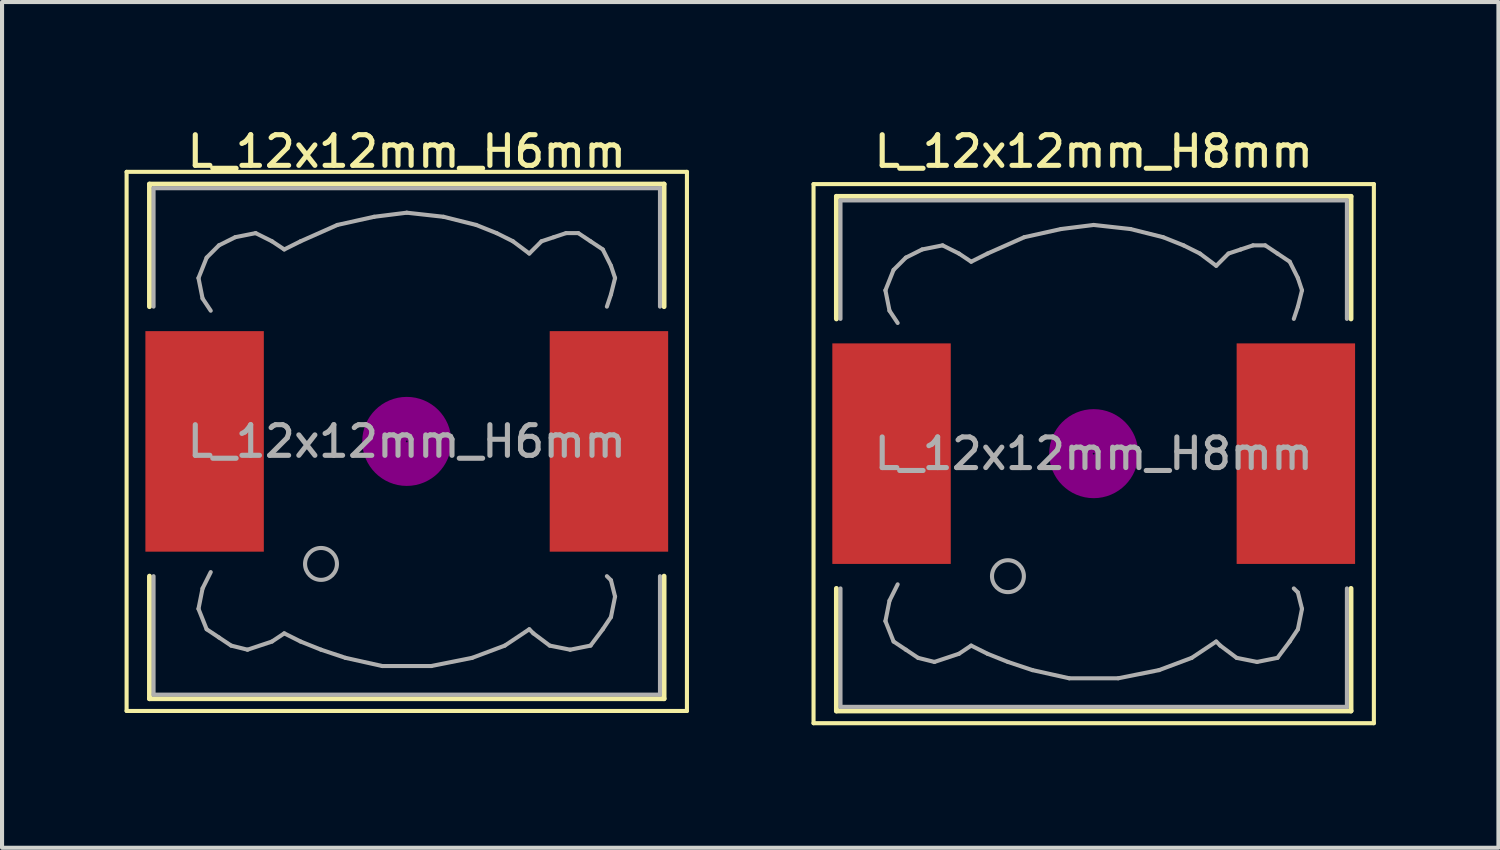
<source format=kicad_pcb>
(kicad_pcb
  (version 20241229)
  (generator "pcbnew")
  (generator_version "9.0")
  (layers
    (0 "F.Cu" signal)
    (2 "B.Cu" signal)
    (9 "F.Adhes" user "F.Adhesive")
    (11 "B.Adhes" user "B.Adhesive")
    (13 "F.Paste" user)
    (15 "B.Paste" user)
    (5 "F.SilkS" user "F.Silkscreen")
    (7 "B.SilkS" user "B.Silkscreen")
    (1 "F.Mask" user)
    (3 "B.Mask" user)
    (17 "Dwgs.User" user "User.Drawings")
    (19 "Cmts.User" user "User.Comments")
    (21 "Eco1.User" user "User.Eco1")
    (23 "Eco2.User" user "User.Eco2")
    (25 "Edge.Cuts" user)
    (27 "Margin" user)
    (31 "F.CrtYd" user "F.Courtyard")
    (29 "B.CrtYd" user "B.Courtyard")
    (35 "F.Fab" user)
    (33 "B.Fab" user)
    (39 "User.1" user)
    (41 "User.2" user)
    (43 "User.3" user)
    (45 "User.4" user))
  (footprint "L_12x12mm_H6mm"
    (layer "F.Cu")
    (at 6.91 7.758)
    (property "Reference" "L_12x12mm_H6mm" (at 0 -7.1 0) (layer "F.SilkS") (effects (font (size 0.75 0.75) (thickness 0.125))))
    (attr smd)
    (fp_line (start -6.86 -6.6) (end 6.86 -6.6) (stroke (width 0.1) (type solid)) (layer "F.SilkS"))
    (fp_line (start -6.86 6.6) (end -6.86 -6.6) (stroke (width 0.1) (type solid)) (layer "F.SilkS"))
    (fp_line (start -6.3 -6.3) (end 6.3 -6.3) (stroke (width 0.12) (type solid)) (layer "F.SilkS"))
    (fp_line (start -6.3 -3.3) (end -6.3 -6.3) (stroke (width 0.12) (type solid)) (layer "F.SilkS"))
    (fp_line (start -6.3 6.3) (end -6.3 3.3) (stroke (width 0.12) (type solid)) (layer "F.SilkS"))
    (fp_line (start 6.3 -6.3) (end 6.3 -3.3) (stroke (width 0.12) (type solid)) (layer "F.SilkS"))
    (fp_line (start 6.3 3.3) (end 6.3 6.3) (stroke (width 0.12) (type solid)) (layer "F.SilkS"))
    (fp_line (start 6.3 6.3) (end -6.3 6.3) (stroke (width 0.12) (type solid)) (layer "F.SilkS"))
    (fp_line (start 6.86 -6.6) (end 6.86 6.6) (stroke (width 0.1) (type solid)) (layer "F.SilkS"))
    (fp_line (start 6.86 6.6) (end -6.86 6.6) (stroke (width 0.1) (type solid)) (layer "F.SilkS"))
    (fp_circle (center 0 0) (end 0.15 0.15) (stroke (width 0.38) (type solid)) (fill no) (layer "F.Adhes"))
    (fp_circle (center 0 0) (end 0.55 0) (stroke (width 0.38) (type solid)) (fill no) (layer "F.Adhes"))
    (fp_circle (center 0 0) (end 0.9 0) (stroke (width 0.38) (type solid)) (fill no) (layer "F.Adhes"))
    (fp_line (start -6.2 -6.2) (end -6.2 -3.3) (stroke (width 0.1) (type solid)) (layer "F.Fab"))
    (fp_line (start -6.2 3.3) (end -6.2 6.2) (stroke (width 0.1) (type solid)) (layer "F.Fab"))
    (fp_line (start -6.2 6.2) (end 6.2 6.2) (stroke (width 0.1) (type solid)) (layer "F.Fab"))
    (fp_line (start -5.1 -4) (end -5 -3.5) (stroke (width 0.1) (type solid)) (layer "F.Fab"))
    (fp_line (start -5.1 4.1) (end -5 3.6) (stroke (width 0.1) (type solid)) (layer "F.Fab"))
    (fp_line (start -5 -3.5) (end -4.8 -3.2) (stroke (width 0.1) (type solid)) (layer "F.Fab"))
    (fp_line (start -5 3.6) (end -4.8 3.2) (stroke (width 0.1) (type solid)) (layer "F.Fab"))
    (fp_line (start -4.9 -4.5) (end -5.1 -4) (stroke (width 0.1) (type solid)) (layer "F.Fab"))
    (fp_line (start -4.9 4.6) (end -5.1 4.1) (stroke (width 0.1) (type solid)) (layer "F.Fab"))
    (fp_line (start -4.6 -4.8) (end -4.9 -4.5) (stroke (width 0.1) (type solid)) (layer "F.Fab"))
    (fp_line (start -4.6 4.8) (end -4.9 4.6) (stroke (width 0.1) (type solid)) (layer "F.Fab"))
    (fp_line (start -4.3 5) (end -4.6 4.8) (stroke (width 0.1) (type solid)) (layer "F.Fab"))
    (fp_line (start -4.2 -5) (end -4.6 -4.8) (stroke (width 0.1) (type solid)) (layer "F.Fab"))
    (fp_line (start -3.9 5.1) (end -4.3 5) (stroke (width 0.1) (type solid)) (layer "F.Fab"))
    (fp_line (start -3.7 -5.1) (end -4.2 -5) (stroke (width 0.1) (type solid)) (layer "F.Fab"))
    (fp_line (start -3.3 -4.9) (end -3.7 -5.1) (stroke (width 0.1) (type solid)) (layer "F.Fab"))
    (fp_line (start -3.3 4.9) (end -3.9 5.1) (stroke (width 0.1) (type solid)) (layer "F.Fab"))
    (fp_line (start -3 -4.7) (end -3.3 -4.9) (stroke (width 0.1) (type solid)) (layer "F.Fab"))
    (fp_line (start -3 4.7) (end -3.3 4.9) (stroke (width 0.1) (type solid)) (layer "F.Fab"))
    (fp_line (start -2.6 -4.9) (end -3 -4.7) (stroke (width 0.1) (type solid)) (layer "F.Fab"))
    (fp_line (start -2.6 4.9) (end -3 4.7) (stroke (width 0.1) (type solid)) (layer "F.Fab"))
    (fp_line (start -2.1 5.1) (end -2.6 4.9) (stroke (width 0.1) (type solid)) (layer "F.Fab"))
    (fp_line (start -1.7 -5.3) (end -2.6 -4.9) (stroke (width 0.1) (type solid)) (layer "F.Fab"))
    (fp_line (start -1.5 5.3) (end -2.1 5.1) (stroke (width 0.1) (type solid)) (layer "F.Fab"))
    (fp_line (start -0.8 -5.5) (end -1.7 -5.3) (stroke (width 0.1) (type solid)) (layer "F.Fab"))
    (fp_line (start -0.6 5.5) (end -1.5 5.3) (stroke (width 0.1) (type solid)) (layer "F.Fab"))
    (fp_line (start 0 -5.6) (end -0.8 -5.5) (stroke (width 0.1) (type solid)) (layer "F.Fab"))
    (fp_line (start 0.6 5.5) (end -0.6 5.5) (stroke (width 0.1) (type solid)) (layer "F.Fab"))
    (fp_line (start 0.9 -5.5) (end 0 -5.6) (stroke (width 0.1) (type solid)) (layer "F.Fab"))
    (fp_line (start 1.6 5.3) (end 0.6 5.5) (stroke (width 0.1) (type solid)) (layer "F.Fab"))
    (fp_line (start 1.7 -5.3) (end 0.9 -5.5) (stroke (width 0.1) (type solid)) (layer "F.Fab"))
    (fp_line (start 2.2 -5.1) (end 1.7 -5.3) (stroke (width 0.1) (type solid)) (layer "F.Fab"))
    (fp_line (start 2.4 5) (end 1.6 5.3) (stroke (width 0.1) (type solid)) (layer "F.Fab"))
    (fp_line (start 2.6 -4.9) (end 2.2 -5.1) (stroke (width 0.1) (type solid)) (layer "F.Fab"))
    (fp_line (start 3 -4.6) (end 2.6 -4.9) (stroke (width 0.1) (type solid)) (layer "F.Fab"))
    (fp_line (start 3 4.6) (end 2.4 5) (stroke (width 0.1) (type solid)) (layer "F.Fab"))
    (fp_line (start 3.1 4.7) (end 3 4.6) (stroke (width 0.1) (type solid)) (layer "F.Fab"))
    (fp_line (start 3.3 -4.9) (end 3 -4.6) (stroke (width 0.1) (type solid)) (layer "F.Fab"))
    (fp_line (start 3.5 5) (end 3.1 4.7) (stroke (width 0.1) (type solid)) (layer "F.Fab"))
    (fp_line (start 3.6 -5) (end 3.3 -4.9) (stroke (width 0.1) (type solid)) (layer "F.Fab"))
    (fp_line (start 3.9 -5.1) (end 3.6 -5) (stroke (width 0.1) (type solid)) (layer "F.Fab"))
    (fp_line (start 4 5.1) (end 3.5 5) (stroke (width 0.1) (type solid)) (layer "F.Fab"))
    (fp_line (start 4.2 -5.1) (end 3.9 -5.1) (stroke (width 0.1) (type solid)) (layer "F.Fab"))
    (fp_line (start 4.5 -4.9) (end 4.2 -5.1) (stroke (width 0.1) (type solid)) (layer "F.Fab"))
    (fp_line (start 4.5 5) (end 4 5.1) (stroke (width 0.1) (type solid)) (layer "F.Fab"))
    (fp_line (start 4.8 -4.7) (end 4.5 -4.9) (stroke (width 0.1) (type solid)) (layer "F.Fab"))
    (fp_line (start 4.8 4.6) (end 4.5 5) (stroke (width 0.1) (type solid)) (layer "F.Fab"))
    (fp_line (start 4.9 -3.3) (end 5 -3.6) (stroke (width 0.1) (type solid)) (layer "F.Fab"))
    (fp_line (start 4.9 3.3) (end 5 3.4) (stroke (width 0.1) (type solid)) (layer "F.Fab"))
    (fp_line (start 5 -4.3) (end 4.8 -4.7) (stroke (width 0.1) (type solid)) (layer "F.Fab"))
    (fp_line (start 5 -3.6) (end 5.1 -4) (stroke (width 0.1) (type solid)) (layer "F.Fab"))
    (fp_line (start 5 3.4) (end 5.1 3.8) (stroke (width 0.1) (type solid)) (layer "F.Fab"))
    (fp_line (start 5 4.3) (end 4.8 4.6) (stroke (width 0.1) (type solid)) (layer "F.Fab"))
    (fp_line (start 5.1 -4) (end 5 -4.3) (stroke (width 0.1) (type solid)) (layer "F.Fab"))
    (fp_line (start 5.1 3.8) (end 5 4.3) (stroke (width 0.1) (type solid)) (layer "F.Fab"))
    (fp_line (start 6.2 -6.2) (end -6.2 -6.2) (stroke (width 0.1) (type solid)) (layer "F.Fab"))
    (fp_line (start 6.2 -6.2) (end 6.2 -3.3) (stroke (width 0.1) (type solid)) (layer "F.Fab"))
    (fp_line (start 6.2 6.2) (end 6.2 3.3) (stroke (width 0.1) (type solid)) (layer "F.Fab"))
    (fp_circle (center -2.1 3) (end -1.8 3.25) (stroke (width 0.1) (type solid)) (fill no) (layer "F.Fab"))
    (fp_text user "${REFERENCE}" (at 0 0 0) (layer "F.Fab") (effects (font (size 0.75 0.75) (thickness 0.125))))
    (pad "1" smd rect (at -4.95 0) (size 2.9 5.4) (layers "F.Cu" "F.Mask" "F.Paste"))
    (pad "2" smd rect (at 4.95 0) (size 2.9 5.4) (layers "F.Cu" "F.Mask" "F.Paste")))
  (footprint "L_12x12mm_H8mm"
    (layer "F.Cu")
    (at 23.73 8.058)
    (property "Reference" "L_12x12mm_H8mm" (at 0 -7.4 0) (layer "F.SilkS") (effects (font (size 0.75 0.75) (thickness 0.125))))
    (attr smd)
    (fp_line (start -6.86 -6.6) (end 6.86 -6.6) (stroke (width 0.1) (type solid)) (layer "F.SilkS"))
    (fp_line (start -6.86 6.6) (end -6.86 -6.6) (stroke (width 0.1) (type solid)) (layer "F.SilkS"))
    (fp_line (start -6.3 -6.3) (end 6.3 -6.3) (stroke (width 0.12) (type solid)) (layer "F.SilkS"))
    (fp_line (start -6.3 -3.3) (end -6.3 -6.3) (stroke (width 0.12) (type solid)) (layer "F.SilkS"))
    (fp_line (start -6.3 6.3) (end -6.3 3.3) (stroke (width 0.12) (type solid)) (layer "F.SilkS"))
    (fp_line (start 6.3 -6.3) (end 6.3 -3.3) (stroke (width 0.12) (type solid)) (layer "F.SilkS"))
    (fp_line (start 6.3 3.3) (end 6.3 6.3) (stroke (width 0.12) (type solid)) (layer "F.SilkS"))
    (fp_line (start 6.3 6.3) (end -6.3 6.3) (stroke (width 0.12) (type solid)) (layer "F.SilkS"))
    (fp_line (start 6.86 -6.6) (end 6.86 6.6) (stroke (width 0.1) (type solid)) (layer "F.SilkS"))
    (fp_line (start 6.86 6.6) (end -6.86 6.6) (stroke (width 0.1) (type solid)) (layer "F.SilkS"))
    (fp_circle (center 0 0) (end 0.15 0.15) (stroke (width 0.38) (type solid)) (fill no) (layer "F.Adhes"))
    (fp_circle (center 0 0) (end 0.55 0) (stroke (width 0.38) (type solid)) (fill no) (layer "F.Adhes"))
    (fp_circle (center 0 0) (end 0.9 0) (stroke (width 0.38) (type solid)) (fill no) (layer "F.Adhes"))
    (fp_line (start -6.2 -6.2) (end -6.2 -3.3) (stroke (width 0.1) (type solid)) (layer "F.Fab"))
    (fp_line (start -6.2 3.3) (end -6.2 6.2) (stroke (width 0.1) (type solid)) (layer "F.Fab"))
    (fp_line (start -6.2 6.2) (end 6.2 6.2) (stroke (width 0.1) (type solid)) (layer "F.Fab"))
    (fp_line (start -5.1 -4) (end -5 -3.5) (stroke (width 0.1) (type solid)) (layer "F.Fab"))
    (fp_line (start -5.1 4.1) (end -5 3.6) (stroke (width 0.1) (type solid)) (layer "F.Fab"))
    (fp_line (start -5 -3.5) (end -4.8 -3.2) (stroke (width 0.1) (type solid)) (layer "F.Fab"))
    (fp_line (start -5 3.6) (end -4.8 3.2) (stroke (width 0.1) (type solid)) (layer "F.Fab"))
    (fp_line (start -4.9 -4.5) (end -5.1 -4) (stroke (width 0.1) (type solid)) (layer "F.Fab"))
    (fp_line (start -4.9 4.6) (end -5.1 4.1) (stroke (width 0.1) (type solid)) (layer "F.Fab"))
    (fp_line (start -4.6 -4.8) (end -4.9 -4.5) (stroke (width 0.1) (type solid)) (layer "F.Fab"))
    (fp_line (start -4.6 4.8) (end -4.9 4.6) (stroke (width 0.1) (type solid)) (layer "F.Fab"))
    (fp_line (start -4.3 5) (end -4.6 4.8) (stroke (width 0.1) (type solid)) (layer "F.Fab"))
    (fp_line (start -4.2 -5) (end -4.6 -4.8) (stroke (width 0.1) (type solid)) (layer "F.Fab"))
    (fp_line (start -3.9 5.1) (end -4.3 5) (stroke (width 0.1) (type solid)) (layer "F.Fab"))
    (fp_line (start -3.7 -5.1) (end -4.2 -5) (stroke (width 0.1) (type solid)) (layer "F.Fab"))
    (fp_line (start -3.3 -4.9) (end -3.7 -5.1) (stroke (width 0.1) (type solid)) (layer "F.Fab"))
    (fp_line (start -3.3 4.9) (end -3.9 5.1) (stroke (width 0.1) (type solid)) (layer "F.Fab"))
    (fp_line (start -3 -4.7) (end -3.3 -4.9) (stroke (width 0.1) (type solid)) (layer "F.Fab"))
    (fp_line (start -3 4.7) (end -3.3 4.9) (stroke (width 0.1) (type solid)) (layer "F.Fab"))
    (fp_line (start -2.6 -4.9) (end -3 -4.7) (stroke (width 0.1) (type solid)) (layer "F.Fab"))
    (fp_line (start -2.6 4.9) (end -3 4.7) (stroke (width 0.1) (type solid)) (layer "F.Fab"))
    (fp_line (start -2.1 5.1) (end -2.6 4.9) (stroke (width 0.1) (type solid)) (layer "F.Fab"))
    (fp_line (start -1.7 -5.3) (end -2.6 -4.9) (stroke (width 0.1) (type solid)) (layer "F.Fab"))
    (fp_line (start -1.5 5.3) (end -2.1 5.1) (stroke (width 0.1) (type solid)) (layer "F.Fab"))
    (fp_line (start -0.8 -5.5) (end -1.7 -5.3) (stroke (width 0.1) (type solid)) (layer "F.Fab"))
    (fp_line (start -0.6 5.5) (end -1.5 5.3) (stroke (width 0.1) (type solid)) (layer "F.Fab"))
    (fp_line (start 0 -5.6) (end -0.8 -5.5) (stroke (width 0.1) (type solid)) (layer "F.Fab"))
    (fp_line (start 0.6 5.5) (end -0.6 5.5) (stroke (width 0.1) (type solid)) (layer "F.Fab"))
    (fp_line (start 0.9 -5.5) (end 0 -5.6) (stroke (width 0.1) (type solid)) (layer "F.Fab"))
    (fp_line (start 1.6 5.3) (end 0.6 5.5) (stroke (width 0.1) (type solid)) (layer "F.Fab"))
    (fp_line (start 1.7 -5.3) (end 0.9 -5.5) (stroke (width 0.1) (type solid)) (layer "F.Fab"))
    (fp_line (start 2.2 -5.1) (end 1.7 -5.3) (stroke (width 0.1) (type solid)) (layer "F.Fab"))
    (fp_line (start 2.4 5) (end 1.6 5.3) (stroke (width 0.1) (type solid)) (layer "F.Fab"))
    (fp_line (start 2.6 -4.9) (end 2.2 -5.1) (stroke (width 0.1) (type solid)) (layer "F.Fab"))
    (fp_line (start 3 -4.6) (end 2.6 -4.9) (stroke (width 0.1) (type solid)) (layer "F.Fab"))
    (fp_line (start 3 4.6) (end 2.4 5) (stroke (width 0.1) (type solid)) (layer "F.Fab"))
    (fp_line (start 3.1 4.7) (end 3 4.6) (stroke (width 0.1) (type solid)) (layer "F.Fab"))
    (fp_line (start 3.3 -4.9) (end 3 -4.6) (stroke (width 0.1) (type solid)) (layer "F.Fab"))
    (fp_line (start 3.5 5) (end 3.1 4.7) (stroke (width 0.1) (type solid)) (layer "F.Fab"))
    (fp_line (start 3.6 -5) (end 3.3 -4.9) (stroke (width 0.1) (type solid)) (layer "F.Fab"))
    (fp_line (start 3.9 -5.1) (end 3.6 -5) (stroke (width 0.1) (type solid)) (layer "F.Fab"))
    (fp_line (start 4 5.1) (end 3.5 5) (stroke (width 0.1) (type solid)) (layer "F.Fab"))
    (fp_line (start 4.2 -5.1) (end 3.9 -5.1) (stroke (width 0.1) (type solid)) (layer "F.Fab"))
    (fp_line (start 4.5 -4.9) (end 4.2 -5.1) (stroke (width 0.1) (type solid)) (layer "F.Fab"))
    (fp_line (start 4.5 5) (end 4 5.1) (stroke (width 0.1) (type solid)) (layer "F.Fab"))
    (fp_line (start 4.8 -4.7) (end 4.5 -4.9) (stroke (width 0.1) (type solid)) (layer "F.Fab"))
    (fp_line (start 4.8 4.6) (end 4.5 5) (stroke (width 0.1) (type solid)) (layer "F.Fab"))
    (fp_line (start 4.9 -3.3) (end 5 -3.6) (stroke (width 0.1) (type solid)) (layer "F.Fab"))
    (fp_line (start 4.9 3.3) (end 5 3.4) (stroke (width 0.1) (type solid)) (layer "F.Fab"))
    (fp_line (start 5 -4.3) (end 4.8 -4.7) (stroke (width 0.1) (type solid)) (layer "F.Fab"))
    (fp_line (start 5 -3.6) (end 5.1 -4) (stroke (width 0.1) (type solid)) (layer "F.Fab"))
    (fp_line (start 5 3.4) (end 5.1 3.8) (stroke (width 0.1) (type solid)) (layer "F.Fab"))
    (fp_line (start 5 4.3) (end 4.8 4.6) (stroke (width 0.1) (type solid)) (layer "F.Fab"))
    (fp_line (start 5.1 -4) (end 5 -4.3) (stroke (width 0.1) (type solid)) (layer "F.Fab"))
    (fp_line (start 5.1 3.8) (end 5 4.3) (stroke (width 0.1) (type solid)) (layer "F.Fab"))
    (fp_line (start 6.2 -6.2) (end -6.2 -6.2) (stroke (width 0.1) (type solid)) (layer "F.Fab"))
    (fp_line (start 6.2 -6.2) (end 6.2 -3.3) (stroke (width 0.1) (type solid)) (layer "F.Fab"))
    (fp_line (start 6.2 6.2) (end 6.2 3.3) (stroke (width 0.1) (type solid)) (layer "F.Fab"))
    (fp_circle (center -2.1 3) (end -1.8 3.25) (stroke (width 0.1) (type solid)) (fill no) (layer "F.Fab"))
    (fp_text user "${REFERENCE}" (at 0 0 0) (layer "F.Fab") (effects (font (size 0.75 0.75) (thickness 0.125))))
    (pad "1" smd rect (at -4.95 0) (size 2.9 5.4) (layers "F.Cu" "F.Mask" "F.Paste"))
    (pad "2" smd rect (at 4.95 0) (size 2.9 5.4) (layers "F.Cu" "F.Mask" "F.Paste")))
  (gr_rect
    (start -3 -3)
    (end 33.64 17.708)
    (stroke (width 0.1) (type default))
    (fill no)
    (layer "Edge.Cuts")))
</source>
